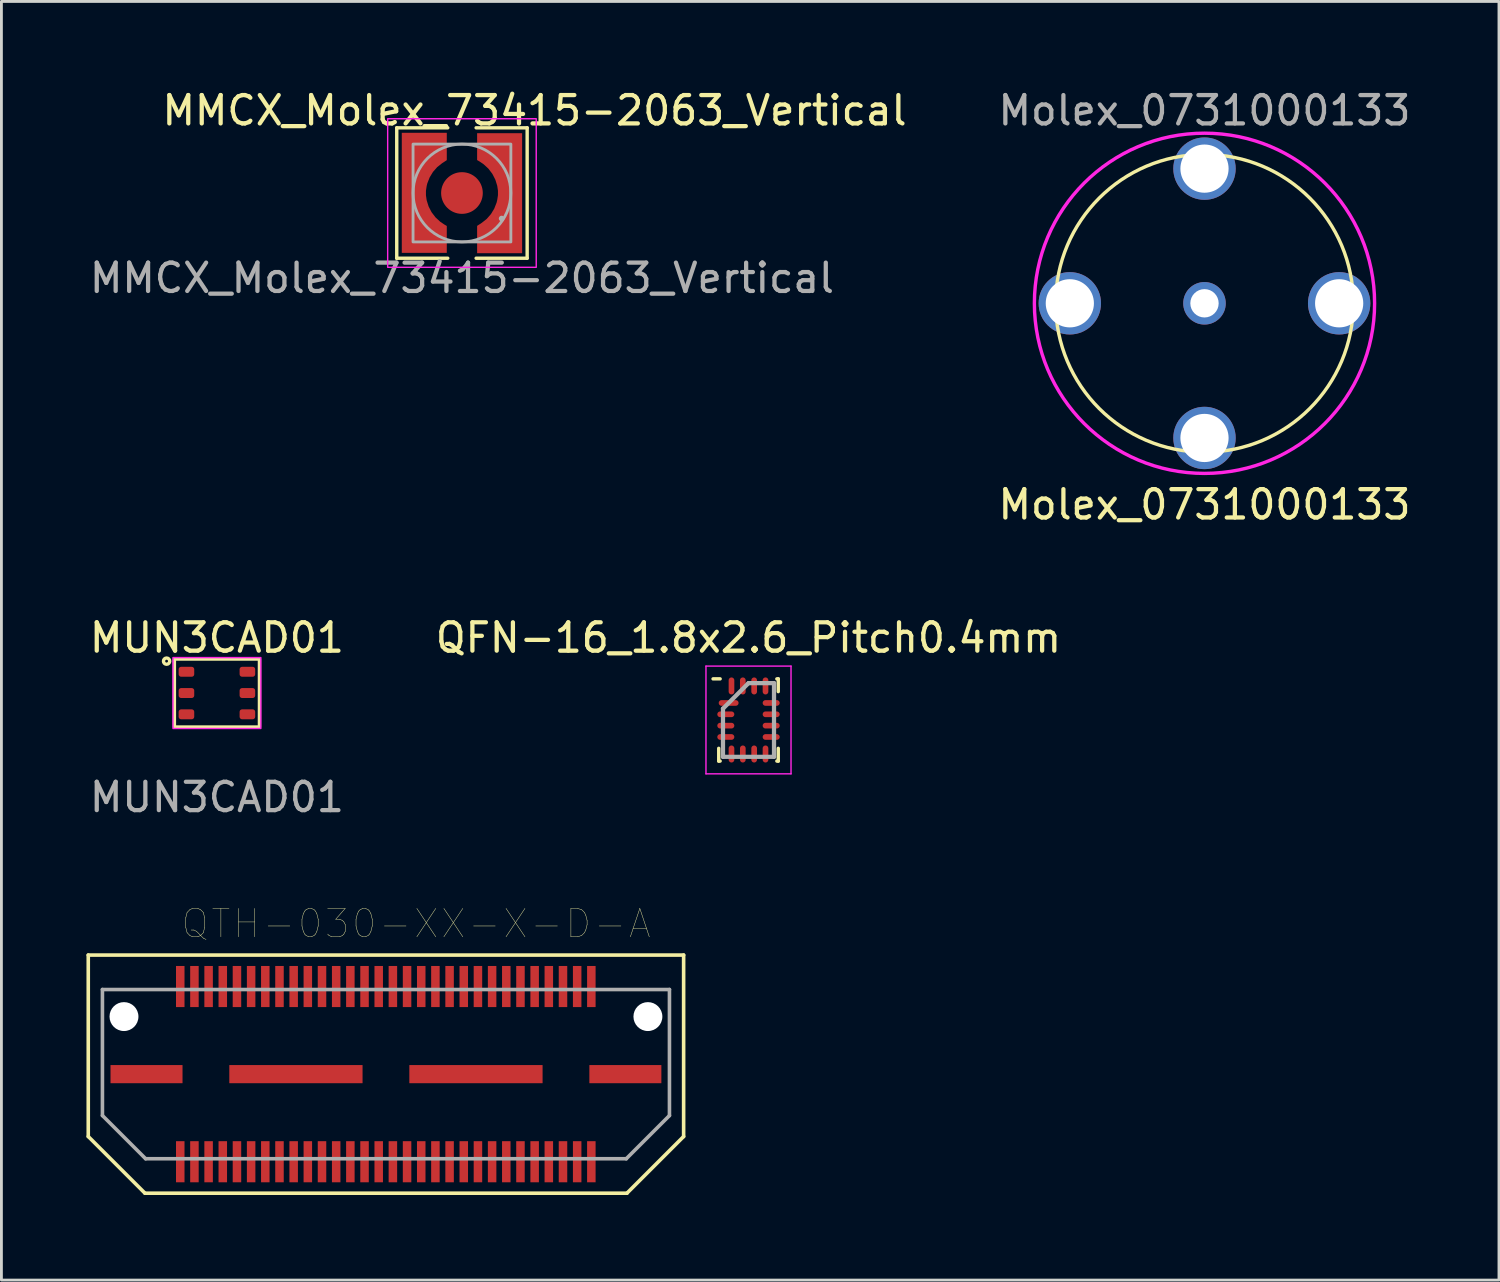
<source format=kicad_pcb>
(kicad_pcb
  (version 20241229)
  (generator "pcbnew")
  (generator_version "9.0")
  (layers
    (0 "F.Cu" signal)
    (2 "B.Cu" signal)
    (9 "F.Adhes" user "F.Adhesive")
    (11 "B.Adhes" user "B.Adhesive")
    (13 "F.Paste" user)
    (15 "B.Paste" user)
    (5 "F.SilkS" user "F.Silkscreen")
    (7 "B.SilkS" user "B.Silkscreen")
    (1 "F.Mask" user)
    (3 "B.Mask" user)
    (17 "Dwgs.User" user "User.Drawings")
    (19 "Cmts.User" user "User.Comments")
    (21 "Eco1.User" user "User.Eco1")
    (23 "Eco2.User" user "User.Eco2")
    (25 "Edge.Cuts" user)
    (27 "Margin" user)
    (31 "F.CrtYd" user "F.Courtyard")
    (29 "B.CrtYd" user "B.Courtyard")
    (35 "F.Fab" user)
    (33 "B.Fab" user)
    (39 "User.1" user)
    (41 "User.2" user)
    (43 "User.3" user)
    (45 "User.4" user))
  (footprint "Molex_0731000133"
    (layer "F.Cu")
    (at 39.435 7.648)
    (property "Reference" "Molex_0731000133" (at 0 7.1 0) (unlocked yes) (layer "F.SilkS") (effects (font (size 1 1) (thickness 0.15))))
    (fp_circle (center 0 0) (end 5.25 0) (stroke (width 0.12) (type solid)) (fill no) (layer "F.SilkS"))
    (fp_circle (center 0 0) (end 6 0) (stroke (width 0.12) (type solid)) (fill no) (layer "F.CrtYd"))
    (fp_text user "${REFERENCE}" (at 0 -6.8 0) (unlocked yes) (layer "F.Fab") (effects (font (size 1 1) (thickness 0.15))))
    (pad "1" thru_hole circle (at 0 0) (size 1.5 1.5) (drill 1) (layers "*.Cu" "*.Mask"))
    (pad "2" thru_hole circle (at -4.75 0) (size 2.2 2.2) (drill 1.7) (layers "*.Cu" "*.Mask"))
    (pad "2" thru_hole circle (at 0 -4.75) (size 2.2 2.2) (drill 1.7) (layers "*.Cu" "*.Mask"))
    (pad "2" thru_hole circle (at 0 4.75) (size 2.2 2.2) (drill 1.7) (layers "*.Cu" "*.Mask"))
    (pad "2" thru_hole circle (at 4.75 0) (size 2.2 2.2) (drill 1.7) (layers "*.Cu" "*.Mask")))
  (footprint "QFN-16_1.8x2.6_Pitch0.4mm"
    (layer "F.Cu")
    (at 23.351 22.345)
    (property "Reference" "QFN-16_1.8x2.6_Pitch0.4mm" (at 0 -2.9 0) (layer "F.SilkS") (effects (font (size 1 1) (thickness 0.15))))
    (attr through_hole)
    (fp_line (start -1.05 1.45) (end -1.05 1) (stroke (width 0.12) (type solid)) (layer "F.SilkS"))
    (fp_line (start -1 -1.45) (end -1.25 -1.45) (stroke (width 0.12) (type solid)) (layer "F.SilkS"))
    (fp_line (start -1 1.45) (end -1.05 1.45) (stroke (width 0.12) (type solid)) (layer "F.SilkS"))
    (fp_line (start 1 -1.45) (end 1.05 -1.45) (stroke (width 0.12) (type solid)) (layer "F.SilkS"))
    (fp_line (start 1 1.45) (end 1.05 1.45) (stroke (width 0.12) (type solid)) (layer "F.SilkS"))
    (fp_line (start 1.05 -1.45) (end 1.05 -1) (stroke (width 0.12) (type solid)) (layer "F.SilkS"))
    (fp_line (start 1.05 1.45) (end 1.05 1) (stroke (width 0.12) (type solid)) (layer "F.SilkS"))
    (fp_line (start -1.5 -1.9) (end 1.5 -1.9) (stroke (width 0.05) (type solid)) (layer "F.CrtYd"))
    (fp_line (start -1.5 1.9) (end -1.5 -1.9) (stroke (width 0.05) (type solid)) (layer "F.CrtYd"))
    (fp_line (start 1.5 -1.9) (end 1.5 1.9) (stroke (width 0.05) (type solid)) (layer "F.CrtYd"))
    (fp_line (start 1.5 1.9) (end -1.5 1.9) (stroke (width 0.05) (type solid)) (layer "F.CrtYd"))
    (fp_line (start -0.9 -0.4) (end -0.9 1.3) (stroke (width 0.15) (type solid)) (layer "F.Fab"))
    (fp_line (start -0.9 1.3) (end 0.9 1.3) (stroke (width 0.15) (type solid)) (layer "F.Fab"))
    (fp_line (start 0 -1.3) (end -0.9 -0.4) (stroke (width 0.15) (type solid)) (layer "F.Fab"))
    (fp_line (start 0.9 -1.3) (end 0 -1.3) (stroke (width 0.15) (type solid)) (layer "F.Fab"))
    (fp_line (start 0.9 1.3) (end 0.9 -1.3) (stroke (width 0.15) (type solid)) (layer "F.Fab"))
    (pad "1" smd oval (at -0.7 -0.6 90) (size 0.2 0.7) (layers "F.Cu" "F.Mask" "F.Paste"))
    (pad "2" smd oval (at -0.8 -0.2 90) (size 0.2 0.6) (layers "F.Cu" "F.Mask" "F.Paste"))
    (pad "3" smd oval (at -0.8 0.2 90) (size 0.2 0.6) (layers "F.Cu" "F.Mask" "F.Paste"))
    (pad "4" smd oval (at -0.8 0.6 90) (size 0.2 0.6) (layers "F.Cu" "F.Mask" "F.Paste"))
    (pad "5" smd oval (at -0.6 1.2) (size 0.2 0.6) (layers "F.Cu" "F.Mask" "F.Paste"))
    (pad "6" smd oval (at -0.2 1.2) (size 0.2 0.6) (layers "F.Cu" "F.Mask" "F.Paste"))
    (pad "7" smd oval (at 0.2 1.2) (size 0.2 0.6) (layers "F.Cu" "F.Mask" "F.Paste"))
    (pad "8" smd oval (at 0.6 1.2) (size 0.2 0.6) (layers "F.Cu" "F.Mask" "F.Paste"))
    (pad "9" smd oval (at 0.8 0.6 90) (size 0.2 0.6) (layers "F.Cu" "F.Mask" "F.Paste"))
    (pad "10" smd oval (at 0.8 0.2 90) (size 0.2 0.6) (layers "F.Cu" "F.Mask" "F.Paste"))
    (pad "11" smd oval (at 0.8 -0.2 90) (size 0.2 0.6) (layers "F.Cu" "F.Mask" "F.Paste"))
    (pad "12" smd oval (at 0.8 -0.6 90) (size 0.2 0.6) (layers "F.Cu" "F.Mask" "F.Paste"))
    (pad "13" smd oval (at 0.6 -1.2) (size 0.2 0.6) (layers "F.Cu" "F.Mask" "F.Paste"))
    (pad "14" smd oval (at 0.2 -1.2) (size 0.2 0.6) (layers "F.Cu" "F.Mask" "F.Paste"))
    (pad "15" smd oval (at -0.2 -1.2) (size 0.2 0.6) (layers "F.Cu" "F.Mask" "F.Paste"))
    (pad "16" smd oval (at -0.6 -1.2) (size 0.2 0.6) (layers "F.Cu" "F.Mask" "F.Paste")))
  (footprint "MUN3CAD01"
    (layer "F.Cu")
    (at 4.601 21.395)
    (property "Reference" "MUN3CAD01" (at 0 -1.95 0) (unlocked yes) (layer "F.SilkS") (effects (font (size 1 1) (thickness 0.15))))
    (attr smd)
    (fp_rect (start -1.5 -1.2) (end 1.5 1.2) (stroke (width 0.12) (type solid)) (fill no) (layer "F.SilkS"))
    (fp_circle (center -1.775 -1.125) (end -1.725 -1.125) (stroke (width 0.12) (type solid)) (fill no) (layer "F.SilkS"))
    (fp_rect (start -1.55 -1.25) (end 1.55 1.25) (stroke (width 0.05) (type solid)) (fill no) (layer "F.CrtYd"))
    (fp_text user "${REFERENCE}" (at 0 3.675 0) (unlocked yes) (layer "F.Fab") (effects (font (size 1 1) (thickness 0.15))))
    (pad "1" smd roundrect (at -1.075 -0.75) (size 0.55 0.35) (layers "F.Cu" "F.Mask" "F.Paste") (roundrect_rratio 0.25))
    (pad "2" smd roundrect (at -1.075 0) (size 0.55 0.35) (layers "F.Cu" "F.Mask" "F.Paste") (roundrect_rratio 0.25))
    (pad "3" smd roundrect (at -1.075 0.75) (size 0.55 0.35) (layers "F.Cu" "F.Mask" "F.Paste") (roundrect_rratio 0.25))
    (pad "4" smd roundrect (at 1.075 0.75) (size 0.55 0.35) (layers "F.Cu" "F.Mask" "F.Paste") (roundrect_rratio 0.25))
    (pad "5" smd roundrect (at 1.075 0) (size 0.55 0.35) (layers "F.Cu" "F.Mask" "F.Paste") (roundrect_rratio 0.25))
    (pad "6" smd roundrect (at 1.075 -0.75) (size 0.55 0.35) (layers "F.Cu" "F.Mask" "F.Paste") (roundrect_rratio 0.25)))
  (footprint "QTH-030-XX-X-D-A"
    (layer "F.Cu")
    (at 10.563 34.837)
    (property "Reference" "QTH-030-XX-X-D-A" (at 1.066 -5.307 0) (layer "F.SilkS") (effects (font (size 1.001 1.001) (thickness 0.015))))
    (attr through_hole)
    (fp_line (start -10.5 -4.2) (end 10.5 -4.2) (stroke (width 0.127) (type solid)) (layer "F.SilkS"))
    (fp_line (start -10.5 2.2) (end -10.5 -4.2) (stroke (width 0.127) (type solid)) (layer "F.SilkS"))
    (fp_line (start -8.5 4.2) (end -10.5 2.2) (stroke (width 0.127) (type solid)) (layer "F.SilkS"))
    (fp_line (start 8.5 4.2) (end -8.5 4.2) (stroke (width 0.127) (type solid)) (layer "F.SilkS"))
    (fp_line (start 10.5 -4.2) (end 10.5 2.2) (stroke (width 0.127) (type solid)) (layer "F.SilkS"))
    (fp_line (start 10.5 2.2) (end 8.5 4.2) (stroke (width 0.127) (type solid)) (layer "F.SilkS"))
    (fp_line (start -10 -2.985) (end 10 -2.985) (stroke (width 0.127) (type solid)) (layer "F.Fab"))
    (fp_line (start -10 1.461) (end -10 -2.985) (stroke (width 0.127) (type solid)) (layer "F.Fab"))
    (fp_line (start -8.476 2.985) (end -10 1.461) (stroke (width 0.127) (type solid)) (layer "F.Fab"))
    (fp_line (start 8.476 2.985) (end -8.476 2.985) (stroke (width 0.127) (type solid)) (layer "F.Fab"))
    (fp_line (start 10 -2.985) (end 10 1.461) (stroke (width 0.127) (type solid)) (layer "F.Fab"))
    (fp_line (start 10 1.461) (end 8.476 2.985) (stroke (width 0.127) (type solid)) (layer "F.Fab"))
    (pad "" np_thru_hole circle (at -9.24 -2.03) (size 1.02 1.02) (drill 1.02) (layers "*.Cu" "*.Mask"))
    (pad "" np_thru_hole circle (at 9.24 -2.03) (size 1.02 1.02) (drill 1.02) (layers "*.Cu" "*.Mask"))
    (pad "1" smd rect (at -7.255 -3.09) (size 0.3 1.45) (layers "F.Cu" "F.Mask" "F.Paste"))
    (pad "2" smd rect (at -7.255 3.09) (size 0.3 1.45) (layers "F.Cu" "F.Mask" "F.Paste"))
    (pad "3" smd rect (at -6.755 -3.09) (size 0.3 1.45) (layers "F.Cu" "F.Mask" "F.Paste"))
    (pad "4" smd rect (at -6.755 3.09) (size 0.3 1.45) (layers "F.Cu" "F.Mask" "F.Paste"))
    (pad "5" smd rect (at -6.255 -3.09) (size 0.3 1.45) (layers "F.Cu" "F.Mask" "F.Paste"))
    (pad "6" smd rect (at -6.255 3.09) (size 0.3 1.45) (layers "F.Cu" "F.Mask" "F.Paste"))
    (pad "7" smd rect (at -5.755 -3.09) (size 0.3 1.45) (layers "F.Cu" "F.Mask" "F.Paste"))
    (pad "8" smd rect (at -5.755 3.09) (size 0.3 1.45) (layers "F.Cu" "F.Mask" "F.Paste"))
    (pad "9" smd rect (at -5.255 -3.09) (size 0.3 1.45) (layers "F.Cu" "F.Mask" "F.Paste"))
    (pad "10" smd rect (at -5.255 3.09) (size 0.3 1.45) (layers "F.Cu" "F.Mask" "F.Paste"))
    (pad "11" smd rect (at -4.755 -3.09) (size 0.3 1.45) (layers "F.Cu" "F.Mask" "F.Paste"))
    (pad "12" smd rect (at -4.755 3.09) (size 0.3 1.45) (layers "F.Cu" "F.Mask" "F.Paste"))
    (pad "13" smd rect (at -4.255 -3.09) (size 0.3 1.45) (layers "F.Cu" "F.Mask" "F.Paste"))
    (pad "14" smd rect (at -4.255 3.09) (size 0.3 1.45) (layers "F.Cu" "F.Mask" "F.Paste"))
    (pad "15" smd rect (at -3.755 -3.09) (size 0.3 1.45) (layers "F.Cu" "F.Mask" "F.Paste"))
    (pad "16" smd rect (at -3.755 3.09) (size 0.3 1.45) (layers "F.Cu" "F.Mask" "F.Paste"))
    (pad "17" smd rect (at -3.255 -3.09) (size 0.3 1.45) (layers "F.Cu" "F.Mask" "F.Paste"))
    (pad "18" smd rect (at -3.255 3.09) (size 0.3 1.45) (layers "F.Cu" "F.Mask" "F.Paste"))
    (pad "19" smd rect (at -2.755 -3.09) (size 0.3 1.45) (layers "F.Cu" "F.Mask" "F.Paste"))
    (pad "20" smd rect (at -2.755 3.09) (size 0.3 1.45) (layers "F.Cu" "F.Mask" "F.Paste"))
    (pad "21" smd rect (at -2.255 -3.09) (size 0.3 1.45) (layers "F.Cu" "F.Mask" "F.Paste"))
    (pad "22" smd rect (at -2.255 3.09) (size 0.3 1.45) (layers "F.Cu" "F.Mask" "F.Paste"))
    (pad "23" smd rect (at -1.755 -3.09) (size 0.3 1.45) (layers "F.Cu" "F.Mask" "F.Paste"))
    (pad "24" smd rect (at -1.755 3.09) (size 0.3 1.45) (layers "F.Cu" "F.Mask" "F.Paste"))
    (pad "25" smd rect (at -1.255 -3.09) (size 0.3 1.45) (layers "F.Cu" "F.Mask" "F.Paste"))
    (pad "26" smd rect (at -1.255 3.09) (size 0.3 1.45) (layers "F.Cu" "F.Mask" "F.Paste"))
    (pad "27" smd rect (at -0.755 -3.09) (size 0.3 1.45) (layers "F.Cu" "F.Mask" "F.Paste"))
    (pad "28" smd rect (at -0.755 3.09) (size 0.3 1.45) (layers "F.Cu" "F.Mask" "F.Paste"))
    (pad "29" smd rect (at -0.255 -3.09) (size 0.3 1.45) (layers "F.Cu" "F.Mask" "F.Paste"))
    (pad "30" smd rect (at -0.255 3.09) (size 0.3 1.45) (layers "F.Cu" "F.Mask" "F.Paste"))
    (pad "31" smd rect (at 0.245 -3.09) (size 0.3 1.45) (layers "F.Cu" "F.Mask" "F.Paste"))
    (pad "32" smd rect (at 0.245 3.09) (size 0.3 1.45) (layers "F.Cu" "F.Mask" "F.Paste"))
    (pad "33" smd rect (at 0.745 -3.09) (size 0.3 1.45) (layers "F.Cu" "F.Mask" "F.Paste"))
    (pad "34" smd rect (at 0.745 3.09) (size 0.3 1.45) (layers "F.Cu" "F.Mask" "F.Paste"))
    (pad "35" smd rect (at 1.245 -3.09) (size 0.3 1.45) (layers "F.Cu" "F.Mask" "F.Paste"))
    (pad "36" smd rect (at 1.245 3.09) (size 0.3 1.45) (layers "F.Cu" "F.Mask" "F.Paste"))
    (pad "37" smd rect (at 1.745 -3.09) (size 0.3 1.45) (layers "F.Cu" "F.Mask" "F.Paste"))
    (pad "38" smd rect (at 1.745 3.09) (size 0.3 1.45) (layers "F.Cu" "F.Mask" "F.Paste"))
    (pad "39" smd rect (at 2.245 -3.09) (size 0.3 1.45) (layers "F.Cu" "F.Mask" "F.Paste"))
    (pad "40" smd rect (at 2.245 3.09) (size 0.3 1.45) (layers "F.Cu" "F.Mask" "F.Paste"))
    (pad "41" smd rect (at 2.745 -3.09) (size 0.3 1.45) (layers "F.Cu" "F.Mask" "F.Paste"))
    (pad "42" smd rect (at 2.745 3.09) (size 0.3 1.45) (layers "F.Cu" "F.Mask" "F.Paste"))
    (pad "43" smd rect (at 3.245 -3.09) (size 0.3 1.45) (layers "F.Cu" "F.Mask" "F.Paste"))
    (pad "44" smd rect (at 3.245 3.09) (size 0.3 1.45) (layers "F.Cu" "F.Mask" "F.Paste"))
    (pad "45" smd rect (at 3.745 -3.09) (size 0.3 1.45) (layers "F.Cu" "F.Mask" "F.Paste"))
    (pad "46" smd rect (at 3.745 3.09) (size 0.3 1.45) (layers "F.Cu" "F.Mask" "F.Paste"))
    (pad "47" smd rect (at 4.245 -3.09) (size 0.3 1.45) (layers "F.Cu" "F.Mask" "F.Paste"))
    (pad "48" smd rect (at 4.245 3.09) (size 0.3 1.45) (layers "F.Cu" "F.Mask" "F.Paste"))
    (pad "49" smd rect (at 4.745 -3.09) (size 0.3 1.45) (layers "F.Cu" "F.Mask" "F.Paste"))
    (pad "50" smd rect (at 4.745 3.09) (size 0.3 1.45) (layers "F.Cu" "F.Mask" "F.Paste"))
    (pad "51" smd rect (at 5.245 -3.09) (size 0.3 1.45) (layers "F.Cu" "F.Mask" "F.Paste"))
    (pad "52" smd rect (at 5.245 3.09) (size 0.3 1.45) (layers "F.Cu" "F.Mask" "F.Paste"))
    (pad "53" smd rect (at 5.745 -3.09) (size 0.3 1.45) (layers "F.Cu" "F.Mask" "F.Paste"))
    (pad "54" smd rect (at 5.745 3.09) (size 0.3 1.45) (layers "F.Cu" "F.Mask" "F.Paste"))
    (pad "55" smd rect (at 6.245 -3.09) (size 0.3 1.45) (layers "F.Cu" "F.Mask" "F.Paste"))
    (pad "56" smd rect (at 6.245 3.09) (size 0.3 1.45) (layers "F.Cu" "F.Mask" "F.Paste"))
    (pad "57" smd rect (at 6.745 -3.09) (size 0.3 1.45) (layers "F.Cu" "F.Mask" "F.Paste"))
    (pad "58" smd rect (at 6.745 3.09) (size 0.3 1.45) (layers "F.Cu" "F.Mask" "F.Paste"))
    (pad "59" smd rect (at 7.245 -3.09) (size 0.3 1.45) (layers "F.Cu" "F.Mask" "F.Paste"))
    (pad "60" smd rect (at 7.245 3.09) (size 0.3 1.45) (layers "F.Cu" "F.Mask" "F.Paste"))
    (pad "SH" smd rect (at -8.445 0) (size 2.54 0.64) (layers "F.Cu" "F.Mask" "F.Paste"))
    (pad "SH" smd rect (at -3.175 0) (size 4.7 0.64) (layers "F.Cu" "F.Mask" "F.Paste"))
    (pad "SH" smd rect (at 3.175 0) (size 4.7 0.64) (layers "F.Cu" "F.Mask" "F.Paste"))
    (pad "SH" smd rect (at 8.445 0) (size 2.54 0.64) (layers "F.Cu" "F.Mask" "F.Paste")))
  (footprint "MMCX_Molex_73415-2063_Vertical"
    (layer "F.Cu")
    (at 13.244 3.758)
    (property "Reference" "MMCX_Molex_73415-2063_Vertical" (at 2.56 -2.91 0) (unlocked yes) (layer "F.SilkS") (effects (font (size 1 1) (thickness 0.15))))
    (fp_line (start -2.3 -2.3) (end -0.5 -2.3) (stroke (width 0.12) (type solid)) (layer "F.SilkS"))
    (fp_line (start -2.3 2.3) (end -2.3 -2.3) (stroke (width 0.12) (type solid)) (layer "F.SilkS"))
    (fp_line (start -0.5 2.3) (end -2.3 2.3) (stroke (width 0.12) (type solid)) (layer "F.SilkS"))
    (fp_line (start 0.5 -2.3) (end 2.3 -2.3) (stroke (width 0.12) (type solid)) (layer "F.SilkS"))
    (fp_line (start 2.3 -2.3) (end 2.3 2.3) (stroke (width 0.12) (type solid)) (layer "F.SilkS"))
    (fp_line (start 2.3 2.3) (end 0.5 2.3) (stroke (width 0.12) (type solid)) (layer "F.SilkS"))
    (fp_rect (start -2.62 -2.62) (end 2.62 2.62) (stroke (width 0.05) (type solid)) (fill no) (layer "F.CrtYd"))
    (fp_rect (start -1.725 -1.725) (end 1.725 1.725) (stroke (width 0.1) (type solid)) (fill no) (layer "F.Fab"))
    (fp_circle (center 0 0) (end 1.725 0) (stroke (width 0.1) (type solid)) (fill no) (layer "F.Fab"))
    (fp_circle (center 1.4 0.9) (end 1.4 0.9) (stroke (width 0.1) (type solid)) (fill no) (layer "F.Fab"))
    (fp_text user "${REFERENCE}" (at 0 3 0) (unlocked yes) (layer "F.Fab") (effects (font (size 1 1) (thickness 0.15))))
    (pad "1" smd circle (at 0 0 180) (size 1.47 1.47) (layers "F.Cu" "F.Mask" "F.Paste"))
    (pad "2" smd custom (at -1.32 0) (size 0.1 0.1) (layers "F.Cu" "F.Mask" "F.Paste") (options (anchor rect)) (primitives (gr_poly (pts (xy 0.785 -1.159) (xy 0.624 -1.054) (xy 0.447 -0.914) (xy 0.298 -0.744) (xy 0.181 -0.551) (xy 0.098 -0.339) (xy 0.076 -0.249) (xy 0.05 -0.078) (xy 0.05 0.082) (xy 0.075 0.251) (xy 0.075 0.253) (xy 0.143 0.472) (xy 0.248 0.676) (xy 0.386 0.858) (xy 0.555 1.014) (xy 0.693 1.108) (xy 0.785 1.162) (xy 0.785 2.11) (xy -0.802 2.11) (xy -0.802 -2.123) (xy 0.785 -2.123)) (width 0) (fill yes))))
    (pad "2" smd custom (at 1.32 0) (size 0.1 0.1) (layers "F.Cu" "F.Mask" "F.Paste") (options (anchor rect)) (primitives (gr_poly (pts (xy 0.802 2.123) (xy -0.785 2.123) (xy -0.785 1.159) (xy -0.624 1.054) (xy -0.447 0.914) (xy -0.298 0.744) (xy -0.181 0.551) (xy -0.098 0.339) (xy -0.076 0.249) (xy -0.05 0.078) (xy -0.05 -0.082) (xy -0.075 -0.251) (xy -0.075 -0.253) (xy -0.143 -0.472) (xy -0.248 -0.676) (xy -0.386 -0.858) (xy -0.555 -1.014) (xy -0.693 -1.108) (xy -0.785 -1.162) (xy -0.785 -2.11) (xy 0.802 -2.11)) (width 0) (fill yes)))))
  (gr_rect
    (start -3 -3)
    (end 49.822 42.101)
    (stroke (width 0.1) (type default))
    (fill no)
    (layer "Edge.Cuts")))
</source>
